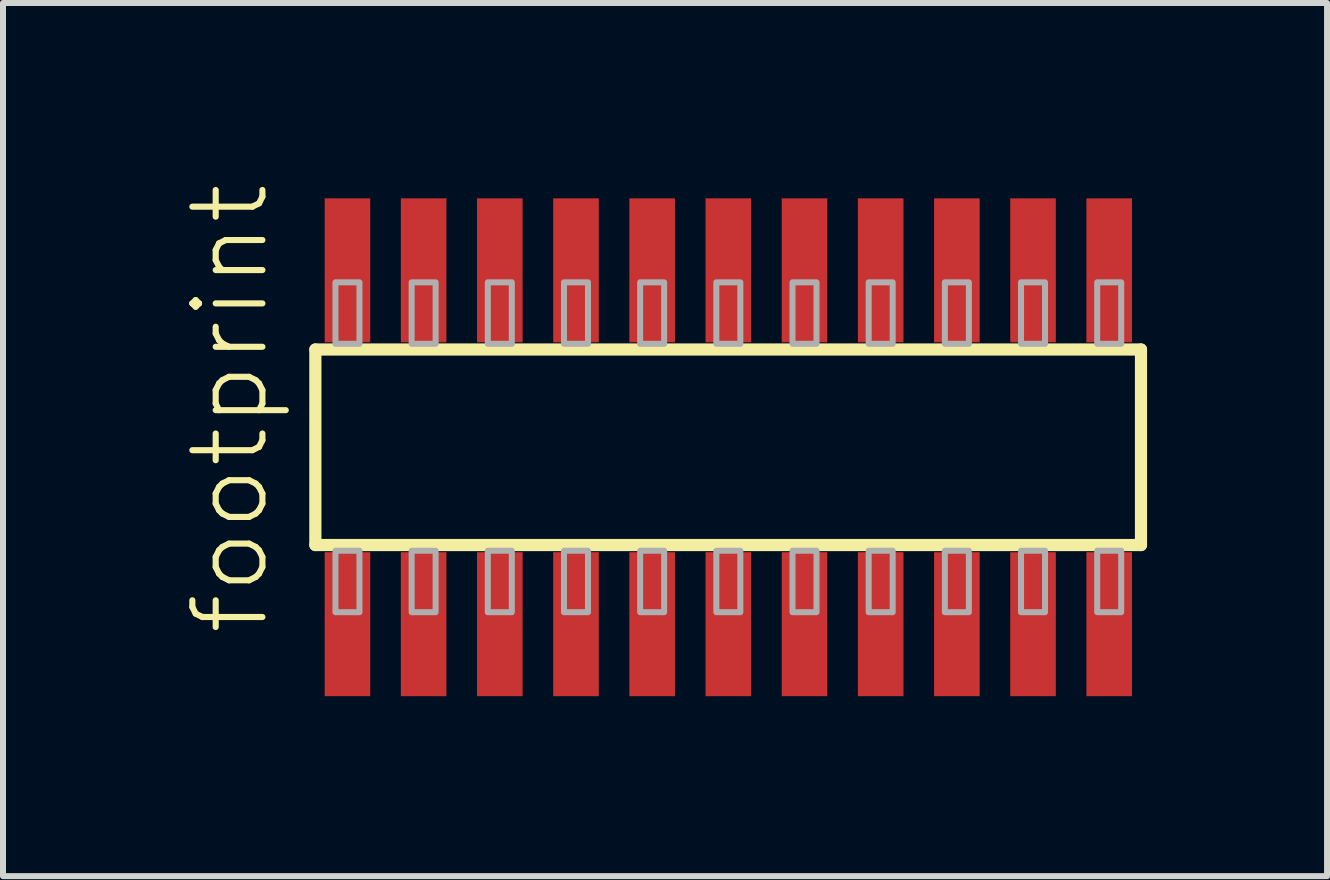
<source format=kicad_pcb>
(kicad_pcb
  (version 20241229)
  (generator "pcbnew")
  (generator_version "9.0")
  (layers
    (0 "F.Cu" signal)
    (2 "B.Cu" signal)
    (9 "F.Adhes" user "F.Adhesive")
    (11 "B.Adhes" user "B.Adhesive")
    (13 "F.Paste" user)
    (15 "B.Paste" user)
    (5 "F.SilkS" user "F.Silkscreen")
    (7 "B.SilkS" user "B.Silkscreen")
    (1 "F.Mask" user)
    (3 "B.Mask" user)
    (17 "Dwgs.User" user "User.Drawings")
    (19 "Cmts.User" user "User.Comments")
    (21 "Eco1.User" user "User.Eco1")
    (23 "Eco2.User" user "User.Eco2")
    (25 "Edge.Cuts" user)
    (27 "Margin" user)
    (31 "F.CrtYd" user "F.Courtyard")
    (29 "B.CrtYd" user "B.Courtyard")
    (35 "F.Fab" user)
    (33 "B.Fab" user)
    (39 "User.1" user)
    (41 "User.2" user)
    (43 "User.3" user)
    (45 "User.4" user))
  (footprint "footprint"
    (layer "F.Cu")
    (at 9.093 4.407)
    (property "Reference" "footprint" (at -7.62 3.175 90) (layer "F.SilkS") (effects (font (size 1.168 1.168) (thickness 0.102)) (justify left bottom)))
    (fp_line (start -6.885 -1.63) (end 6.88 -1.63) (stroke (width 0.203) (type solid)) (layer "F.SilkS"))
    (fp_line (start -6.885 1.63) (end -6.885 -1.63) (stroke (width 0.203) (type solid)) (layer "F.SilkS"))
    (fp_line (start 6.88 -1.63) (end 6.88 1.63) (stroke (width 0.203) (type solid)) (layer "F.SilkS"))
    (fp_line (start 6.88 1.63) (end -6.885 1.63) (stroke (width 0.203) (type solid)) (layer "F.SilkS"))
    (fp_poly (pts (xy -6.55 -1.725) (xy -6.15 -1.725) (xy -6.15 -2.75) (xy -6.55 -2.75)) (stroke (width 0.1) (type solid)) (fill no) (layer "F.Fab"))
    (fp_poly (pts (xy -6.15 1.725) (xy -6.55 1.725) (xy -6.55 2.75) (xy -6.15 2.75)) (stroke (width 0.1) (type solid)) (fill no) (layer "F.Fab"))
    (fp_poly (pts (xy -5.28 -1.725) (xy -4.88 -1.725) (xy -4.88 -2.75) (xy -5.28 -2.75)) (stroke (width 0.1) (type solid)) (fill no) (layer "F.Fab"))
    (fp_poly (pts (xy -4.88 1.725) (xy -5.28 1.725) (xy -5.28 2.75) (xy -4.88 2.75)) (stroke (width 0.1) (type solid)) (fill no) (layer "F.Fab"))
    (fp_poly (pts (xy -4.01 -1.725) (xy -3.61 -1.725) (xy -3.61 -2.75) (xy -4.01 -2.75)) (stroke (width 0.1) (type solid)) (fill no) (layer "F.Fab"))
    (fp_poly (pts (xy -3.61 1.725) (xy -4.01 1.725) (xy -4.01 2.75) (xy -3.61 2.75)) (stroke (width 0.1) (type solid)) (fill no) (layer "F.Fab"))
    (fp_poly (pts (xy -2.74 -1.725) (xy -2.34 -1.725) (xy -2.34 -2.75) (xy -2.74 -2.75)) (stroke (width 0.1) (type solid)) (fill no) (layer "F.Fab"))
    (fp_poly (pts (xy -2.34 1.725) (xy -2.74 1.725) (xy -2.74 2.75) (xy -2.34 2.75)) (stroke (width 0.1) (type solid)) (fill no) (layer "F.Fab"))
    (fp_poly (pts (xy -1.47 -1.725) (xy -1.07 -1.725) (xy -1.07 -2.75) (xy -1.47 -2.75)) (stroke (width 0.1) (type solid)) (fill no) (layer "F.Fab"))
    (fp_poly (pts (xy -1.07 1.725) (xy -1.47 1.725) (xy -1.47 2.75) (xy -1.07 2.75)) (stroke (width 0.1) (type solid)) (fill no) (layer "F.Fab"))
    (fp_poly (pts (xy -0.2 -1.725) (xy 0.2 -1.725) (xy 0.2 -2.75) (xy -0.2 -2.75)) (stroke (width 0.1) (type solid)) (fill no) (layer "F.Fab"))
    (fp_poly (pts (xy 0.2 1.725) (xy -0.2 1.725) (xy -0.2 2.75) (xy 0.2 2.75)) (stroke (width 0.1) (type solid)) (fill no) (layer "F.Fab"))
    (fp_poly (pts (xy 1.07 -1.725) (xy 1.47 -1.725) (xy 1.47 -2.75) (xy 1.07 -2.75)) (stroke (width 0.1) (type solid)) (fill no) (layer "F.Fab"))
    (fp_poly (pts (xy 1.47 1.725) (xy 1.07 1.725) (xy 1.07 2.75) (xy 1.47 2.75)) (stroke (width 0.1) (type solid)) (fill no) (layer "F.Fab"))
    (fp_poly (pts (xy 2.34 -1.725) (xy 2.74 -1.725) (xy 2.74 -2.75) (xy 2.34 -2.75)) (stroke (width 0.1) (type solid)) (fill no) (layer "F.Fab"))
    (fp_poly (pts (xy 2.74 1.725) (xy 2.34 1.725) (xy 2.34 2.75) (xy 2.74 2.75)) (stroke (width 0.1) (type solid)) (fill no) (layer "F.Fab"))
    (fp_poly (pts (xy 3.61 -1.725) (xy 4.01 -1.725) (xy 4.01 -2.75) (xy 3.61 -2.75)) (stroke (width 0.1) (type solid)) (fill no) (layer "F.Fab"))
    (fp_poly (pts (xy 4.01 1.725) (xy 3.61 1.725) (xy 3.61 2.75) (xy 4.01 2.75)) (stroke (width 0.1) (type solid)) (fill no) (layer "F.Fab"))
    (fp_poly (pts (xy 4.88 -1.725) (xy 5.28 -1.725) (xy 5.28 -2.75) (xy 4.88 -2.75)) (stroke (width 0.1) (type solid)) (fill no) (layer "F.Fab"))
    (fp_poly (pts (xy 5.28 1.725) (xy 4.88 1.725) (xy 4.88 2.75) (xy 5.28 2.75)) (stroke (width 0.1) (type solid)) (fill no) (layer "F.Fab"))
    (fp_poly (pts (xy 6.15 -1.725) (xy 6.55 -1.725) (xy 6.55 -2.75) (xy 6.15 -2.75)) (stroke (width 0.1) (type solid)) (fill no) (layer "F.Fab"))
    (fp_poly (pts (xy 6.55 1.725) (xy 6.15 1.725) (xy 6.15 2.75) (xy 6.55 2.75)) (stroke (width 0.1) (type solid)) (fill no) (layer "F.Fab"))
    (pad "1" smd rect (at -6.35 2.95) (size 0.76 2.4) (layers "F.Cu" "F.Mask" "F.Paste"))
    (pad "2" smd rect (at -6.35 -2.95) (size 0.76 2.4) (layers "F.Cu" "F.Mask" "F.Paste"))
    (pad "3" smd rect (at -5.08 2.95) (size 0.76 2.4) (layers "F.Cu" "F.Mask" "F.Paste"))
    (pad "4" smd rect (at -5.08 -2.95) (size 0.76 2.4) (layers "F.Cu" "F.Mask" "F.Paste"))
    (pad "5" smd rect (at -3.81 2.95) (size 0.76 2.4) (layers "F.Cu" "F.Mask" "F.Paste"))
    (pad "6" smd rect (at -3.81 -2.95) (size 0.76 2.4) (layers "F.Cu" "F.Mask" "F.Paste"))
    (pad "7" smd rect (at -2.54 2.95) (size 0.76 2.4) (layers "F.Cu" "F.Mask" "F.Paste"))
    (pad "8" smd rect (at -2.54 -2.95) (size 0.76 2.4) (layers "F.Cu" "F.Mask" "F.Paste"))
    (pad "9" smd rect (at -1.27 2.95) (size 0.76 2.4) (layers "F.Cu" "F.Mask" "F.Paste"))
    (pad "10" smd rect (at -1.27 -2.95) (size 0.76 2.4) (layers "F.Cu" "F.Mask" "F.Paste"))
    (pad "11" smd rect (at 0 2.95) (size 0.76 2.4) (layers "F.Cu" "F.Mask" "F.Paste"))
    (pad "12" smd rect (at 0 -2.95) (size 0.76 2.4) (layers "F.Cu" "F.Mask" "F.Paste"))
    (pad "13" smd rect (at 1.27 2.95) (size 0.76 2.4) (layers "F.Cu" "F.Mask" "F.Paste"))
    (pad "14" smd rect (at 1.27 -2.95) (size 0.76 2.4) (layers "F.Cu" "F.Mask" "F.Paste"))
    (pad "15" smd rect (at 2.54 2.95) (size 0.76 2.4) (layers "F.Cu" "F.Mask" "F.Paste"))
    (pad "16" smd rect (at 2.54 -2.95) (size 0.76 2.4) (layers "F.Cu" "F.Mask" "F.Paste"))
    (pad "17" smd rect (at 3.81 2.95) (size 0.76 2.4) (layers "F.Cu" "F.Mask" "F.Paste"))
    (pad "18" smd rect (at 3.81 -2.95) (size 0.76 2.4) (layers "F.Cu" "F.Mask" "F.Paste"))
    (pad "19" smd rect (at 5.08 2.95) (size 0.76 2.4) (layers "F.Cu" "F.Mask" "F.Paste"))
    (pad "20" smd rect (at 5.08 -2.95) (size 0.76 2.4) (layers "F.Cu" "F.Mask" "F.Paste"))
    (pad "21" smd rect (at 6.35 2.95) (size 0.76 2.4) (layers "F.Cu" "F.Mask" "F.Paste"))
    (pad "22" smd rect (at 6.35 -2.95) (size 0.76 2.4) (layers "F.Cu" "F.Mask" "F.Paste")))
  (gr_rect
    (start -3 -3)
    (end 19.075 11.557)
    (stroke (width 0.1) (type default))
    (fill no)
    (layer "Edge.Cuts")))
</source>
